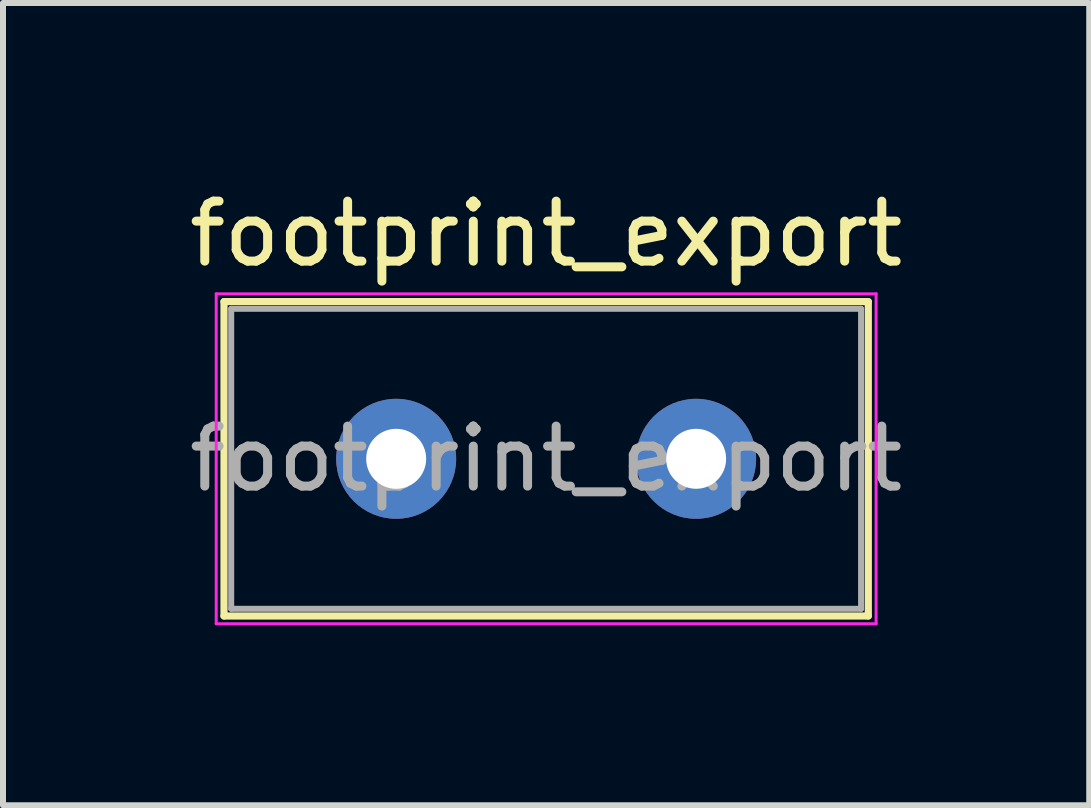
<source format=kicad_pcb>
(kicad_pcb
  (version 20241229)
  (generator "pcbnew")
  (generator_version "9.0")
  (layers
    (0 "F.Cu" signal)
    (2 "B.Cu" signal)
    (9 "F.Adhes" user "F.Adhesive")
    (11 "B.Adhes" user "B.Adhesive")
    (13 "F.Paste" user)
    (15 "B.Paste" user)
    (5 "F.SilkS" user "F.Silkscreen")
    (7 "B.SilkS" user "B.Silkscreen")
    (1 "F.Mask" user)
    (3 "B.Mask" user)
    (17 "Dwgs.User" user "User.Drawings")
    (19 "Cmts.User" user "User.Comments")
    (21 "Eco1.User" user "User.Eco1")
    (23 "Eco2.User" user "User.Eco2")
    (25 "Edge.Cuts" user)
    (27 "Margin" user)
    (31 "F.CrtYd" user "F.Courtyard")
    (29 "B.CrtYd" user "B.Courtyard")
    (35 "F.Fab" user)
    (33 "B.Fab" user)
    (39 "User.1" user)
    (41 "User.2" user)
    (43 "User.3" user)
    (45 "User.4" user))
  (footprint "footprint_export"
    (layer "F.Cu")
    (at 3.554 4.598)
    (property "Reference" "footprint_export" (at 2.5 -3.75 0) (layer "F.SilkS") (effects (font (size 1 1) (thickness 0.15))))
    (attr through_hole)
    (fp_line (start -2.87 -2.62) (end -2.87 2.62) (stroke (width 0.12) (type solid)) (layer "F.SilkS"))
    (fp_line (start -2.87 -2.62) (end 7.87 -2.62) (stroke (width 0.12) (type solid)) (layer "F.SilkS"))
    (fp_line (start -2.87 2.62) (end 7.87 2.62) (stroke (width 0.12) (type solid)) (layer "F.SilkS"))
    (fp_line (start 7.87 -2.62) (end 7.87 2.62) (stroke (width 0.12) (type solid)) (layer "F.SilkS"))
    (fp_line (start -3 -2.75) (end -3 2.75) (stroke (width 0.05) (type solid)) (layer "F.CrtYd"))
    (fp_line (start -3 2.75) (end 8 2.75) (stroke (width 0.05) (type solid)) (layer "F.CrtYd"))
    (fp_line (start 8 -2.75) (end -3 -2.75) (stroke (width 0.05) (type solid)) (layer "F.CrtYd"))
    (fp_line (start 8 2.75) (end 8 -2.75) (stroke (width 0.05) (type solid)) (layer "F.CrtYd"))
    (fp_line (start -2.75 -2.5) (end -2.75 2.5) (stroke (width 0.1) (type solid)) (layer "F.Fab"))
    (fp_line (start -2.75 2.5) (end 7.75 2.5) (stroke (width 0.1) (type solid)) (layer "F.Fab"))
    (fp_line (start 7.75 -2.5) (end -2.75 -2.5) (stroke (width 0.1) (type solid)) (layer "F.Fab"))
    (fp_line (start 7.75 2.5) (end 7.75 -2.5) (stroke (width 0.1) (type solid)) (layer "F.Fab"))
    (fp_text user "${REFERENCE}" (at 2.5 0 0) (layer "F.Fab") (effects (font (size 1 1) (thickness 0.15))))
    (pad "1" thru_hole circle (at 0 0) (size 2 2) (drill 1) (layers "*.Cu" "*.Mask"))
    (pad "2" thru_hole circle (at 5 0) (size 2 2) (drill 1) (layers "*.Cu" "*.Mask")))
  (gr_rect
    (start -3 -3)
    (end 15.107 10.373)
    (stroke (width 0.1) (type default))
    (fill no)
    (layer "Edge.Cuts")))
</source>
